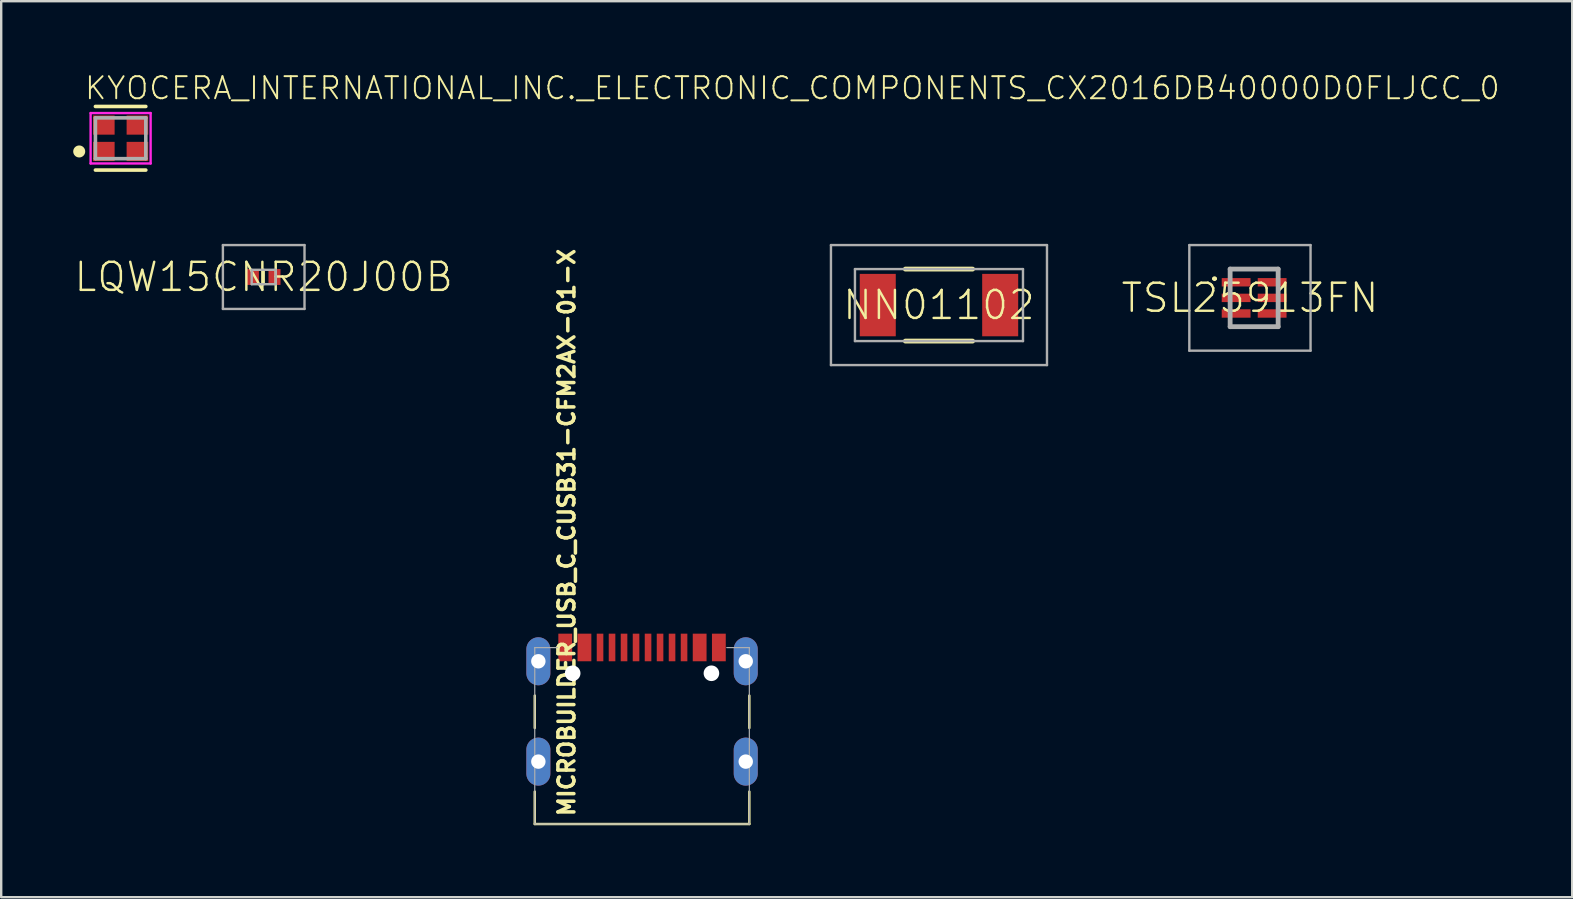
<source format=kicad_pcb>
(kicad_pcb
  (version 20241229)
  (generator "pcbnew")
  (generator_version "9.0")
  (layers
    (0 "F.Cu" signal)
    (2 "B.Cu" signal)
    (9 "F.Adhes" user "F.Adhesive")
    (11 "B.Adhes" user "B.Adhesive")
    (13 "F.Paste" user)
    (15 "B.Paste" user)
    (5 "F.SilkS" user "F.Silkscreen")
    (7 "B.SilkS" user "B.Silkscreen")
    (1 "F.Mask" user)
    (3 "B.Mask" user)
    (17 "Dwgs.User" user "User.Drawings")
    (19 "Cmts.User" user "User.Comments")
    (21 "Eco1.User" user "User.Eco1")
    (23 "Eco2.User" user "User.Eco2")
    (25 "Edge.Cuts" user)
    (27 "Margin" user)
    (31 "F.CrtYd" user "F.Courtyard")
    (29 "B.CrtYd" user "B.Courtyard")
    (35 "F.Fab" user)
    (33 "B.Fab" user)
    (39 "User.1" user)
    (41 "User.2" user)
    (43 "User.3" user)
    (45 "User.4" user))
  (footprint "MICROBUILDER_USB_C_CUSB31-CFM2AX-01-X"
    (layer "F.Cu")
    (at 23.698 27.469)
    (property "Reference" "MICROBUILDER_USB_C_CUSB31-CFM2AX-01-X" (at -2.75 3.56 90) (layer "F.SilkS") (effects (font (size 0.666 0.666) (thickness 0.146)) (justify left bottom)))
    (fp_line (start -4.47 -0.19) (end -4.47 -1.54) (stroke (width 0.102) (type solid)) (layer "F.SilkS"))
    (fp_line (start -4.47 3.81) (end -4.47 2.46) (stroke (width 0.102) (type solid)) (layer "F.SilkS"))
    (fp_line (start 4.47 -1.54) (end 4.47 -0.19) (stroke (width 0.102) (type solid)) (layer "F.SilkS"))
    (fp_line (start 4.47 2.46) (end 4.47 3.81) (stroke (width 0.102) (type solid)) (layer "F.SilkS"))
    (fp_line (start 4.47 3.81) (end -4.47 3.81) (stroke (width 0.102) (type solid)) (layer "F.SilkS"))
    (fp_poly (pts (xy -4.169 -3.939) (xy -4.034 -3.87) (xy -3.928 -3.763) (xy -3.835 -3.48) (xy -3.835 -2.464) (xy -3.859 -2.315) (xy -3.928 -2.18) (xy -4.034 -2.073) (xy -4.318 -1.981) (xy -4.449 -1.999) (xy -4.572 -2.049) (xy -4.677 -2.13) (xy -4.758 -2.235) (xy -4.826 -2.489) (xy -4.826 -3.454) (xy -4.809 -3.586) (xy -4.758 -3.708) (xy -4.677 -3.814) (xy -4.572 -3.894) (xy -4.318 -3.962)) (stroke (width 0) (type default)) (fill yes) (layer "F.Paste"))
    (fp_poly (pts (xy -4.156 0.24) (xy -4.022 0.308) (xy -3.915 0.415) (xy -3.823 0.699) (xy -3.823 1.714) (xy -3.846 1.864) (xy -3.915 1.998) (xy -4.022 2.105) (xy -4.305 2.197) (xy -4.437 2.18) (xy -4.559 2.129) (xy -4.665 2.048) (xy -4.745 1.943) (xy -4.813 1.689) (xy -4.813 0.724) (xy -4.796 0.592) (xy -4.745 0.47) (xy -4.665 0.365) (xy -4.559 0.284) (xy -4.305 0.216)) (stroke (width 0) (type default)) (fill yes) (layer "F.Paste"))
    (fp_poly (pts (xy 4.48 -3.951) (xy 4.614 -3.883) (xy 4.721 -3.776) (xy 4.813 -3.493) (xy 4.813 -2.477) (xy 4.79 -2.327) (xy 4.721 -2.193) (xy 4.614 -2.086) (xy 4.331 -1.994) (xy 4.199 -2.011) (xy 4.077 -2.062) (xy 3.971 -2.143) (xy 3.891 -2.248) (xy 3.823 -2.502) (xy 3.823 -3.467) (xy 3.84 -3.599) (xy 3.891 -3.721) (xy 3.971 -3.826) (xy 4.077 -3.907) (xy 4.331 -3.975)) (stroke (width 0) (type default)) (fill yes) (layer "F.Paste"))
    (fp_poly (pts (xy 4.48 0.24) (xy 4.614 0.308) (xy 4.721 0.415) (xy 4.813 0.699) (xy 4.813 1.714) (xy 4.79 1.864) (xy 4.721 1.998) (xy 4.614 2.105) (xy 4.331 2.197) (xy 4.199 2.18) (xy 4.077 2.129) (xy 3.971 2.048) (xy 3.891 1.943) (xy 3.823 1.689) (xy 3.823 0.724) (xy 3.84 0.592) (xy 3.891 0.47) (xy 3.971 0.365) (xy 4.077 0.284) (xy 4.331 0.216)) (stroke (width 0) (type default)) (fill yes) (layer "F.Paste"))
    (fp_line (start -4.47 -3.54) (end -3.53 -3.54) (stroke (width 0.05) (type solid)) (layer "F.Fab"))
    (fp_line (start -4.47 3.81) (end -4.47 -3.54) (stroke (width 0.05) (type solid)) (layer "F.Fab"))
    (fp_line (start 3.53 -3.54) (end 4.47 -3.54) (stroke (width 0.05) (type solid)) (layer "F.Fab"))
    (fp_line (start 4.47 -3.54) (end 4.47 3.81) (stroke (width 0.05) (type solid)) (layer "F.Fab"))
    (fp_line (start 4.47 3.81) (end -4.47 3.81) (stroke (width 0.05) (type solid)) (layer "F.Fab"))
    (pad "" np_thru_hole circle (at -2.89 -2.47) (size 0.65 0.65) (drill 0.65) (layers "*.Cu" "*.Mask"))
    (pad "" np_thru_hole circle (at 2.89 -2.47) (size 0.65 0.65) (drill 0.65) (layers "*.Cu" "*.Mask"))
    (pad "A1B12" smd rect (at -3.2 -3.545) (size 0.575 1.15) (layers "F.Cu" "F.Mask" "F.Paste"))
    (pad "A4B9" smd rect (at -2.4 -3.545) (size 0.575 1.15) (layers "F.Cu" "F.Mask" "F.Paste"))
    (pad "A5" smd rect (at -1.25 -3.545) (size 0.275 1.15) (layers "F.Cu" "F.Mask" "F.Paste"))
    (pad "A6" smd rect (at -0.25 -3.545) (size 0.275 1.15) (layers "F.Cu" "F.Mask" "F.Paste"))
    (pad "A7" smd rect (at 0.25 -3.545) (size 0.275 1.15) (layers "F.Cu" "F.Mask" "F.Paste"))
    (pad "A8" smd rect (at 1.25 -3.545) (size 0.275 1.15) (layers "F.Cu" "F.Mask" "F.Paste"))
    (pad "B1A12" smd rect (at 3.2 -3.545) (size 0.575 1.15) (layers "F.Cu" "F.Mask" "F.Paste"))
    (pad "B4A9" smd rect (at 2.4 -3.545) (size 0.575 1.15) (layers "F.Cu" "F.Mask" "F.Paste"))
    (pad "B5" smd rect (at 1.75 -3.545) (size 0.275 1.15) (layers "F.Cu" "F.Mask" "F.Paste"))
    (pad "B6" smd rect (at 0.75 -3.545) (size 0.275 1.15) (layers "F.Cu" "F.Mask" "F.Paste"))
    (pad "B7" smd rect (at -0.75 -3.545) (size 0.275 1.15) (layers "F.Cu" "F.Mask" "F.Paste"))
    (pad "B8" smd rect (at -1.75 -3.545) (size 0.275 1.15) (layers "F.Cu" "F.Mask" "F.Paste"))
    (pad "M1" thru_hole oval (at -4.32 -2.97 90) (size 2 1) (drill 0.6) (layers "*.Cu" "*.Mask"))
    (pad "M2" thru_hole oval (at 4.32 -2.97 90) (size 2 1) (drill 0.6) (layers "*.Cu" "*.Mask"))
    (pad "M3" thru_hole oval (at -4.32 1.21 90) (size 2 1) (drill 0.6) (layers "*.Cu" "*.Mask"))
    (pad "M4" thru_hole oval (at 4.32 1.21 90) (size 2 1) (drill 0.6) (layers "*.Cu" "*.Mask")))
  (footprint "TSL25913FN"
    (layer "F.Cu")
    (at 49.198 9.36)
    (property "Reference" "TSL25913FN" (at -0.175 0 0) (layer "F.SilkS") (effects (font (size 1.168 1.168) (thickness 0.102))))
    (fp_line (start -1.7 -0.8) (end -1.7 -0.8) (stroke (width 0.1) (type solid)) (layer "F.SilkS"))
    (fp_line (start -1.6 -0.8) (end -1.6 -0.8) (stroke (width 0.1) (type solid)) (layer "F.SilkS"))
    (fp_line (start -0.8 -1.2) (end 1 -1.2) (stroke (width 0.1) (type solid)) (layer "F.SilkS"))
    (fp_line (start -0.8 1.2) (end 0.75 1.2) (stroke (width 0.1) (type solid)) (layer "F.SilkS"))
    (fp_arc (start -1.7 -0.8) (mid -1.65 -0.85) (end -1.6 -0.8) (stroke (width 0.1) (type solid)) (layer "F.SilkS"))
    (fp_arc (start -1.6 -0.8) (mid -1.65 -0.75) (end -1.7 -0.8) (stroke (width 0.1) (type solid)) (layer "F.SilkS"))
    (fp_line (start -2.7 -2.2) (end 2.35 -2.2) (stroke (width 0.1) (type solid)) (layer "F.Fab"))
    (fp_line (start -2.7 2.2) (end -2.7 -2.2) (stroke (width 0.1) (type solid)) (layer "F.Fab"))
    (fp_line (start -1 -1.2) (end 1 -1.2) (stroke (width 0.2) (type solid)) (layer "F.Fab"))
    (fp_line (start -1 1.2) (end -1 -1.2) (stroke (width 0.2) (type solid)) (layer "F.Fab"))
    (fp_line (start 1 -1.2) (end 1 1.2) (stroke (width 0.2) (type solid)) (layer "F.Fab"))
    (fp_line (start 1 1.2) (end -1 1.2) (stroke (width 0.2) (type solid)) (layer "F.Fab"))
    (fp_line (start 2.35 -2.2) (end 2.35 2.2) (stroke (width 0.1) (type solid)) (layer "F.Fab"))
    (fp_line (start 2.35 2.2) (end -2.7 2.2) (stroke (width 0.1) (type solid)) (layer "F.Fab"))
    (pad "1" smd rect (at -0.75 -0.65) (size 1.2 0.35) (layers "F.Cu" "F.Mask" "F.Paste"))
    (pad "2" smd rect (at -0.75 0) (size 1.2 0.35) (layers "F.Cu" "F.Mask" "F.Paste"))
    (pad "3" smd rect (at -0.75 0.65) (size 1.2 0.35) (layers "F.Cu" "F.Mask" "F.Paste"))
    (pad "4" smd rect (at 0.75 0.65) (size 1.2 0.35) (layers "F.Cu" "F.Mask" "F.Paste"))
    (pad "5" smd rect (at 0.75 0) (size 1.2 0.35) (layers "F.Cu" "F.Mask" "F.Paste"))
    (pad "6" smd rect (at 0.75 -0.65) (size 1.2 0.35) (layers "F.Cu" "F.Mask" "F.Paste")))
  (footprint "KYOCERA_INTERNATIONAL_INC._ELECTRONIC_COMPONENTS_CX2016DB40000D0FLJCC_0"
    (layer "F.Cu")
    (at 1.975 2.71)
    (property "Reference" "KYOCERA_INTERNATIONAL_INC._ELECTRONIC_COMPONENTS_CX2016DB40000D0FLJCC_0" (at -1.55 -1.55 0) (layer "F.SilkS") (effects (font (size 0.92 0.92) (thickness 0.08)) (justify left bottom)))
    (fp_line (start -1.05 1.325) (end 1.05 1.325) (stroke (width 0.15) (type solid)) (layer "F.SilkS"))
    (fp_line (start 1.05 -1.325) (end -1.05 -1.325) (stroke (width 0.15) (type solid)) (layer "F.SilkS"))
    (fp_circle (center -1.725 0.55) (end -1.6 0.55) (stroke (width 0.25) (type solid)) (fill yes) (layer "F.SilkS"))
    (fp_line (start -1.25 -1.05) (end 1.25 -1.05) (stroke (width 0.1) (type solid)) (layer "F.CrtYd"))
    (fp_line (start -1.25 1.05) (end -1.25 -1.05) (stroke (width 0.1) (type solid)) (layer "F.CrtYd"))
    (fp_line (start 1.25 -1.05) (end 1.25 1.05) (stroke (width 0.1) (type solid)) (layer "F.CrtYd"))
    (fp_line (start 1.25 1.05) (end -1.25 1.05) (stroke (width 0.1) (type solid)) (layer "F.CrtYd"))
    (fp_line (start -1.05 -0.85) (end 1.05 -0.85) (stroke (width 0.15) (type solid)) (layer "F.Fab"))
    (fp_line (start -1.05 0.85) (end -1.05 -0.85) (stroke (width 0.15) (type solid)) (layer "F.Fab"))
    (fp_line (start 1.05 -0.85) (end 1.05 0.85) (stroke (width 0.15) (type solid)) (layer "F.Fab"))
    (fp_line (start 1.05 0.85) (end -1.05 0.85) (stroke (width 0.15) (type solid)) (layer "F.Fab"))
    (pad "1" smd rect (at -0.7 0.55) (size 0.9 0.8) (layers "F.Cu" "F.Mask" "F.Paste"))
    (pad "2" smd rect (at 0.7 0.55) (size 0.9 0.8) (layers "F.Cu" "F.Mask" "F.Paste"))
    (pad "3" smd rect (at 0.7 -0.55) (size 0.9 0.8) (layers "F.Cu" "F.Mask" "F.Paste"))
    (pad "4" smd rect (at -0.7 -0.55) (size 0.9 0.8) (layers "F.Cu" "F.Mask" "F.Paste")))
  (footprint "NN01102"
    (layer "F.Cu")
    (at 36.068 9.66)
    (property "Reference" "NN01102" (at 0 0 0) (layer "F.SilkS") (effects (font (size 1.168 1.168) (thickness 0.102))))
    (fp_line (start -1.4 -1.5) (end 1.4 -1.5) (stroke (width 0.2) (type solid)) (layer "F.SilkS"))
    (fp_line (start -1.4 1.5) (end 1.4 1.5) (stroke (width 0.2) (type solid)) (layer "F.SilkS"))
    (fp_line (start -4.5 -2.5) (end 4.5 -2.5) (stroke (width 0.1) (type solid)) (layer "F.Fab"))
    (fp_line (start -4.5 2.5) (end -4.5 -2.5) (stroke (width 0.1) (type solid)) (layer "F.Fab"))
    (fp_line (start -3.5 -1.5) (end 3.5 -1.5) (stroke (width 0.1) (type solid)) (layer "F.Fab"))
    (fp_line (start -3.5 1.5) (end -3.5 -1.5) (stroke (width 0.1) (type solid)) (layer "F.Fab"))
    (fp_line (start 3.5 -1.5) (end 3.5 1.5) (stroke (width 0.1) (type solid)) (layer "F.Fab"))
    (fp_line (start 3.5 1.5) (end -3.5 1.5) (stroke (width 0.1) (type solid)) (layer "F.Fab"))
    (fp_line (start 4.5 -2.5) (end 4.5 2.5) (stroke (width 0.1) (type solid)) (layer "F.Fab"))
    (fp_line (start 4.5 2.5) (end -4.5 2.5) (stroke (width 0.1) (type solid)) (layer "F.Fab"))
    (pad "1" smd rect (at -2.55 0 90) (size 2.6 1.5) (layers "F.Cu" "F.Mask" "F.Paste"))
    (pad "2" smd rect (at 2.55 0 90) (size 2.6 1.5) (layers "F.Cu" "F.Mask" "F.Paste")))
  (footprint "LQW15CNR20J00B"
    (layer "F.Cu")
    (at 7.936 8.49)
    (property "Reference" "LQW15CNR20J00B" (at 0 0 0) (layer "F.SilkS") (effects (font (size 1.168 1.168) (thickness 0.102))))
    (fp_line (start 0 -0.3) (end 0 0.3) (stroke (width 0.1) (type solid)) (layer "F.SilkS"))
    (fp_line (start -1.7 -1.33) (end 1.7 -1.33) (stroke (width 0.1) (type solid)) (layer "F.Fab"))
    (fp_line (start -1.7 1.33) (end -1.7 -1.33) (stroke (width 0.1) (type solid)) (layer "F.Fab"))
    (fp_line (start -0.5 -0.3) (end 0.5 -0.3) (stroke (width 0.1) (type solid)) (layer "F.Fab"))
    (fp_line (start -0.5 0.3) (end -0.5 -0.3) (stroke (width 0.1) (type solid)) (layer "F.Fab"))
    (fp_line (start 0.5 -0.3) (end 0.5 0.3) (stroke (width 0.1) (type solid)) (layer "F.Fab"))
    (fp_line (start 0.5 0.3) (end -0.5 0.3) (stroke (width 0.1) (type solid)) (layer "F.Fab"))
    (fp_line (start 1.7 -1.33) (end 1.7 1.33) (stroke (width 0.1) (type solid)) (layer "F.Fab"))
    (fp_line (start 1.7 1.33) (end -1.7 1.33) (stroke (width 0.1) (type solid)) (layer "F.Fab"))
    (pad "1" smd rect (at -0.45 0 90) (size 0.66 0.5) (layers "F.Cu" "F.Mask" "F.Paste"))
    (pad "2" smd rect (at 0.45 0 90) (size 0.66 0.5) (layers "F.Cu" "F.Mask" "F.Paste")))
  (gr_rect
    (start -3 -3)
    (end 62.449 34.329)
    (stroke (width 0.1) (type default))
    (fill no)
    (layer "Edge.Cuts")))
</source>
